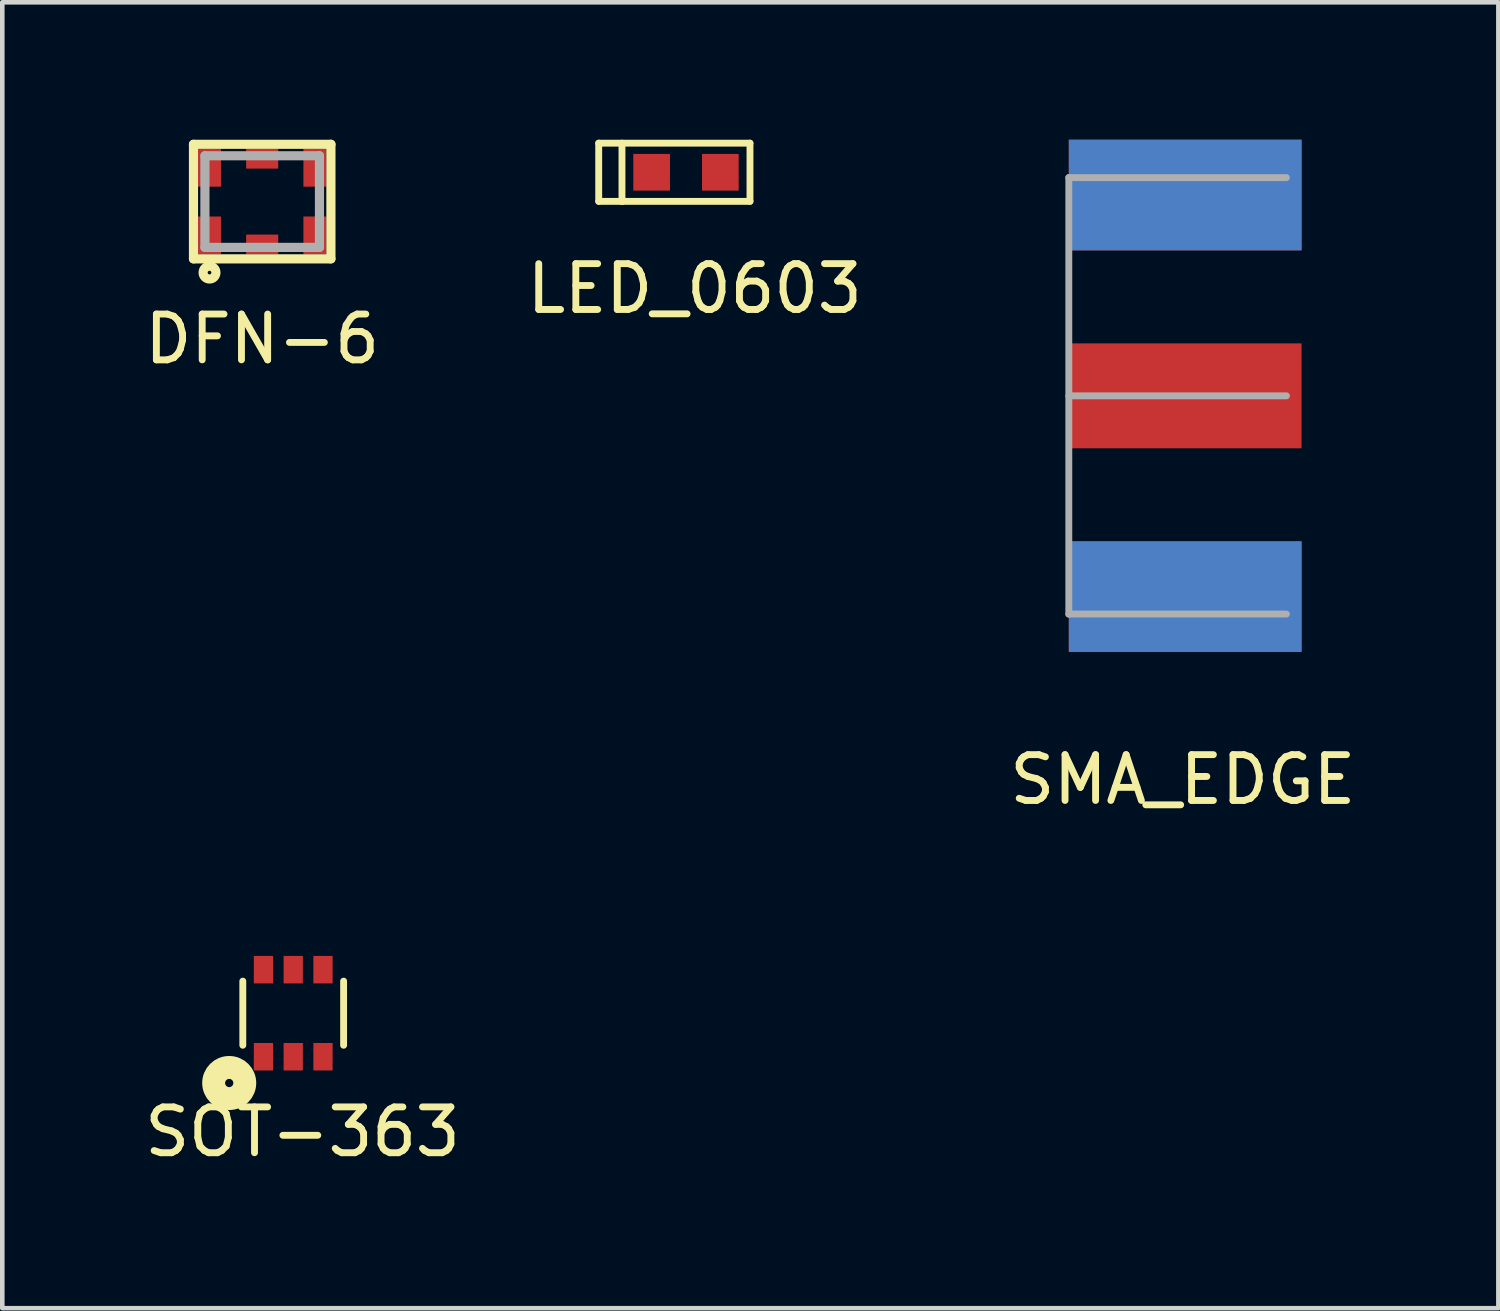
<source format=kicad_pcb>
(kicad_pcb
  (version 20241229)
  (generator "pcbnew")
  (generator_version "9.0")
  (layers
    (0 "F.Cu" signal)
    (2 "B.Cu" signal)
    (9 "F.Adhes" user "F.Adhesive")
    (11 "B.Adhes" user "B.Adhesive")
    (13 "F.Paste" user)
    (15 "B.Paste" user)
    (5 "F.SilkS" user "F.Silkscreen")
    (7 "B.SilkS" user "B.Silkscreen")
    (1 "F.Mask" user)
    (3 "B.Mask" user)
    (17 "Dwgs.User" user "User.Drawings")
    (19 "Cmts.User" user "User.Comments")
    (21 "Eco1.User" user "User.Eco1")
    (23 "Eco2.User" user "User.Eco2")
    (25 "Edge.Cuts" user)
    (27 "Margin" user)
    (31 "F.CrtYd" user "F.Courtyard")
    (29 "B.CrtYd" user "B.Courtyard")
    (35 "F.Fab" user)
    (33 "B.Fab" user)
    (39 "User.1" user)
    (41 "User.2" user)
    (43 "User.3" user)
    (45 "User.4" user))
  (footprint "LED_0603"
    (layer "F.Cu")
    (at 11.923 0.71)
    (property "Reference" "LED_0603" (at 0.191 2.54 0) (layer "F.SilkS") (effects (font (size 1 1) (thickness 0.15))))
    (attr through_hole)
    (fp_line (start -1.905 -0.635) (end 1.397 -0.635) (stroke (width 0.15) (type solid)) (layer "F.SilkS"))
    (fp_line (start -1.905 0.635) (end -1.905 -0.635) (stroke (width 0.15) (type solid)) (layer "F.SilkS"))
    (fp_line (start -1.397 -0.635) (end -1.397 0.635) (stroke (width 0.15) (type solid)) (layer "F.SilkS"))
    (fp_line (start -1.397 0.635) (end -1.905 0.635) (stroke (width 0.15) (type solid)) (layer "F.SilkS"))
    (fp_line (start 1.397 -0.635) (end 1.397 0.635) (stroke (width 0.15) (type solid)) (layer "F.SilkS"))
    (fp_line (start 1.397 0.635) (end -1.397 0.635) (stroke (width 0.15) (type solid)) (layer "F.SilkS"))
    (pad "1" smd rect (at -0.75 0) (size 0.8 0.8) (layers "F.Cu" "F.Mask" "F.Paste"))
    (pad "2" smd rect (at 0.75 0) (size 0.8 0.8) (layers "F.Cu" "F.Mask" "F.Paste")))
  (footprint "SOT-363"
    (layer "F.Cu")
    (at 3.35 19.065)
    (property "Reference" "SOT-363" (at 0.203 2.591 0) (layer "F.SilkS") (effects (font (size 1 1) (thickness 0.15))))
    (attr through_hole)
    (fp_line (start -1.1 -0.7) (end -1.1 0.7) (stroke (width 0.15) (type solid)) (layer "F.SilkS"))
    (fp_line (start 1.1 -0.7) (end 1.1 0.7) (stroke (width 0.15) (type solid)) (layer "F.SilkS"))
    (fp_circle (center -1.397 1.524) (end -1.333 1.587) (stroke (width 0.5) (type solid)) (fill no) (layer "F.SilkS"))
    (pad "1" smd rect (at -0.65 0.95) (size 0.42 0.6) (layers "F.Cu" "F.Mask" "F.Paste"))
    (pad "2" smd rect (at 0 0.95) (size 0.42 0.6) (layers "F.Cu" "F.Mask" "F.Paste"))
    (pad "3" smd rect (at 0.65 0.95) (size 0.42 0.6) (layers "F.Cu" "F.Mask" "F.Paste"))
    (pad "4" smd rect (at -0.65 -0.95) (size 0.42 0.6) (layers "F.Cu" "F.Mask" "F.Paste"))
    (pad "5" smd rect (at 0 -0.95) (size 0.42 0.6) (layers "F.Cu" "F.Mask" "F.Paste"))
    (pad "6" smd rect (at 0.65 -0.95) (size 0.42 0.6) (layers "F.Cu" "F.Mask" "F.Paste")))
  (footprint "SMA_EDGE"
    (layer "F.Cu")
    (at 20.279 5.59)
    (property "Reference" "SMA_EDGE" (at 2.489 8.377 0) (layer "F.SilkS") (effects (font (size 1 1) (thickness 0.15))))
    (attr through_hole)
    (fp_line (start 0 -4.765) (end 0 4.765) (stroke (width 0.15) (type solid)) (layer "F.Fab"))
    (fp_line (start 0 -4.763) (end 4.75 -4.763) (stroke (width 0.15) (type solid)) (layer "F.Fab"))
    (fp_line (start 0 0) (end 4.75 0) (stroke (width 0.15) (type solid)) (layer "F.Fab"))
    (fp_line (start 0 4.763) (end 4.75 4.763) (stroke (width 0.15) (type solid)) (layer "F.Fab"))
    (pad "1" smd rect (at 2.54 0) (size 5.08 2.29) (layers "F.Cu" "F.Mask" "F.Paste"))
    (pad "2" smd rect (at 2.54 -4.383) (size 5.08 2.415) (layers "F.Cu" "F.Mask" "F.Paste"))
    (pad "2" smd rect (at 2.54 -4.383) (size 5.08 2.415) (layers "F.Mask" "B.Cu" "F.Paste"))
    (pad "2" smd rect (at 2.54 4.383) (size 5.08 2.415) (layers "F.Cu" "F.Mask" "F.Paste"))
    (pad "2" smd rect (at 2.54 4.383) (size 5.08 2.415) (layers "F.Mask" "B.Cu" "F.Paste")))
  (footprint "DFN-6"
    (layer "F.Cu")
    (at 2.673 1.35)
    (property "Reference" "DFN-6" (at 0 3 0) (layer "F.SilkS") (effects (font (size 1 1) (thickness 0.15))))
    (attr through_hole)
    (fp_line (start -1.5 -1.25) (end -1.5 1.25) (stroke (width 0.2) (type solid)) (layer "F.SilkS"))
    (fp_line (start -1.5 1.25) (end 1.5 1.25) (stroke (width 0.2) (type solid)) (layer "F.SilkS"))
    (fp_line (start 1.5 -1.25) (end -1.5 -1.25) (stroke (width 0.2) (type solid)) (layer "F.SilkS"))
    (fp_line (start 1.5 1.25) (end 1.5 -1.25) (stroke (width 0.2) (type solid)) (layer "F.SilkS"))
    (fp_circle (center -1.15 1.55) (end -1.15 1.59) (stroke (width 0.2) (type solid)) (fill no) (layer "F.SilkS"))
    (fp_line (start -1.25 -1) (end 1.25 -1) (stroke (width 0.2) (type solid)) (layer "F.Fab"))
    (fp_line (start -1.25 1) (end -1.25 -1) (stroke (width 0.2) (type solid)) (layer "F.Fab"))
    (fp_line (start 1.25 -1) (end 1.25 1) (stroke (width 0.2) (type solid)) (layer "F.Fab"))
    (fp_line (start 1.25 1) (end -1.25 1) (stroke (width 0.2) (type solid)) (layer "F.Fab"))
    (pad "1" smd rect (at -1.15 0.738) (size 0.5 0.825) (layers "F.Cu" "F.Mask" "F.Paste"))
    (pad "2" smd rect (at 0 0.935) (size 0.7 0.43) (layers "F.Cu" "F.Mask" "F.Paste"))
    (pad "3" smd rect (at 1.15 0.738) (size 0.5 0.825) (layers "F.Cu" "F.Mask" "F.Paste"))
    (pad "4" smd rect (at 1.15 -0.738) (size 0.5 0.825) (layers "F.Cu" "F.Mask" "F.Paste"))
    (pad "5" smd rect (at 0 -0.935) (size 0.7 0.43) (layers "F.Cu" "F.Mask" "F.Paste"))
    (pad "6" smd rect (at -1.15 -0.738) (size 0.5 0.825) (layers "F.Cu" "F.Mask" "F.Paste")))
  (gr_rect
    (start -3 -3)
    (end 29.655 25.504)
    (stroke (width 0.1) (type default))
    (fill no)
    (layer "Edge.Cuts")))
</source>
